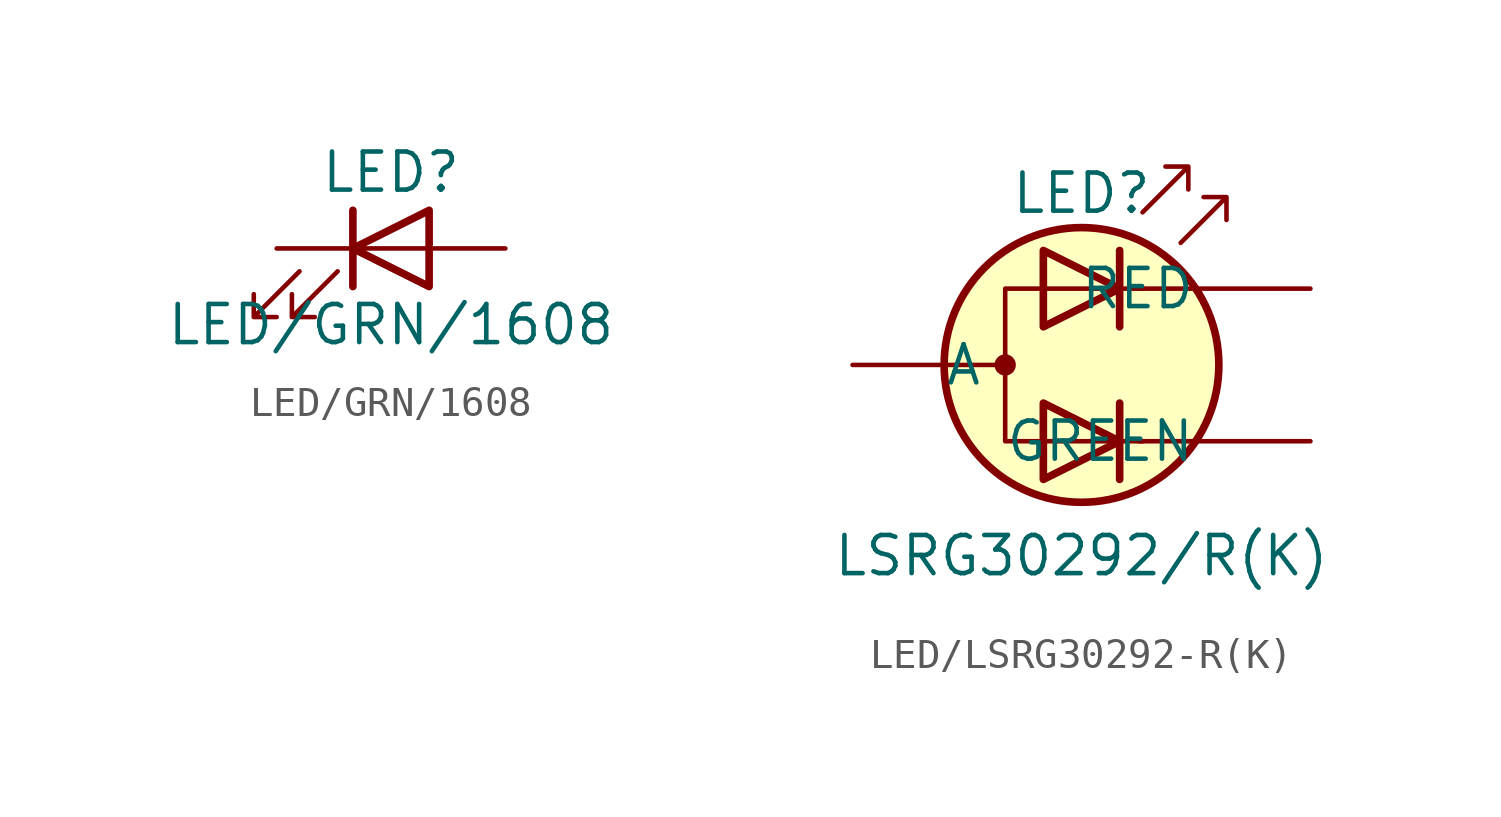
<source format=kicad_sym>
(kicad_symbol_lib
  (version 20220914)
  (generator kicad_symbol_editor)
  (symbol "LED/GRN/1608"
    (pin_numbers hide)
    (pin_names
      (offset 1.016) hide)
    (property "Reference" "LED"
      (at 0 2.54 0)
      (effects (font (size 1.27 1.27))))
    (property "Value" "LED/GRN/1608"
      (at 0 -2.54 0)
      (effects (font (size 1.27 1.27))))
    (symbol "LED/GRN/1608_0_1"
      (polyline (pts (xy -1.27 -1.27) (xy -1.27 1.27)) (stroke (width 0.254) (type default)) (fill (type none)))
      (polyline (pts (xy -1.27 0) (xy 1.27 0)) (stroke (width 0) (type default)) (fill (type none)))
      (polyline (pts (xy 1.27 -1.27) (xy 1.27 1.27) (xy -1.27 0) (xy 1.27 -1.27)) (stroke (width 0.254) (type default)) (fill (type none)))
      (polyline (pts (xy -3.048 -0.762) (xy -4.572 -2.286) (xy -3.81 -2.286) (xy -4.572 -2.286) (xy -4.572 -1.524)) (stroke (width 0) (type default)) (fill (type none)))
      (polyline (pts (xy -1.778 -0.762) (xy -3.302 -2.286) (xy -2.54 -2.286) (xy -3.302 -2.286) (xy -3.302 -1.524)) (stroke (width 0) (type default)) (fill (type none))))
    (symbol "LED/GRN/1608_1_1"
      (pin passive line (at -3.81 0 0) (length 2.54) (name "K" (effects (font (size 1.27 1.27)))) (number "1" (effects (font (size 1.27 1.27)))))
      (pin passive line (at 3.81 0 180) (length 2.54) (name "A" (effects (font (size 1.27 1.27)))) (number "2" (effects (font (size 1.27 1.27)))))))
  (symbol "LED/LSRG30292-R(K)"
    (pin_numbers hide)
    (pin_names
      (offset 0.002))
    (property "Reference" "LED"
      (at 0 5.715 0)
      (effects (font (size 1.27 1.27))))
    (property "Value" "LSRG30292/R(K)"
      (at 0 -6.35 0)
      (effects (font (size 1.27 1.27))))
    (symbol "LED/LSRG30292-R(K)_0_1"
      (circle (center -2.54 0) (radius 0.279) (stroke (width 0) (type default)) (fill (type outline)))
      (polyline (pts (xy -4.572 0) (xy -2.54 0)) (stroke (width 0) (type default)) (fill (type none)))
      (polyline (pts (xy 1.27 -1.27) (xy 1.27 -3.81)) (stroke (width 0.254) (type default)) (fill (type none)))
      (polyline (pts (xy 1.27 3.81) (xy 1.27 1.27)) (stroke (width 0.254) (type default)) (fill (type none)))
      (polyline (pts (xy 3.81 -2.54) (xy 1.905 -2.54)) (stroke (width 0) (type default)) (fill (type none)))
      (polyline (pts (xy 3.81 2.54) (xy 1.905 2.54)) (stroke (width 0) (type default)) (fill (type none)))
      (polyline (pts (xy -1.27 -1.27) (xy -1.27 -3.81) (xy 1.27 -2.54) (xy -1.27 -1.27)) (stroke (width 0.254) (type default)) (fill (type none)))
      (polyline (pts (xy -1.27 3.81) (xy -1.27 1.27) (xy 1.27 2.54) (xy -1.27 3.81)) (stroke (width 0.254) (type default)) (fill (type none)))
      (polyline (pts (xy 2.032 2.54) (xy -2.54 2.54) (xy -2.54 -2.54) (xy 2.032 -2.54)) (stroke (width 0) (type default)) (fill (type none)))
      (polyline (pts (xy 2.032 5.08) (xy 3.556 6.604) (xy 2.794 6.604) (xy 3.556 6.604) (xy 3.556 5.842)) (stroke (width 0) (type default)) (fill (type none)))
      (polyline (pts (xy 3.302 4.064) (xy 4.826 5.588) (xy 4.064 5.588) (xy 4.826 5.588) (xy 4.826 4.826)) (stroke (width 0) (type default)) (fill (type none)))
      (circle (center 0 0) (radius 4.572) (stroke (width 0.254) (type default)) (fill (type background))))
    (symbol "LED/LSRG30292-R(K)_1_1"
      (pin input line (at 7.62 2.54 180) (length 3.81) (name "RED" (effects (font (size 1.27 1.27)))) (number "1" (effects (font (size 1.27 1.27)))))
      (pin input line (at -7.62 0 0) (length 3.048) (name "A" (effects (font (size 1.27 1.27)))) (number "2" (effects (font (size 1.27 1.27)))))
      (pin input line (at 7.62 -2.54 180) (length 3.81) (name "GREEN" (effects (font (size 1.27 1.27)))) (number "3" (effects (font (size 1.27 1.27))))))))
</source>
